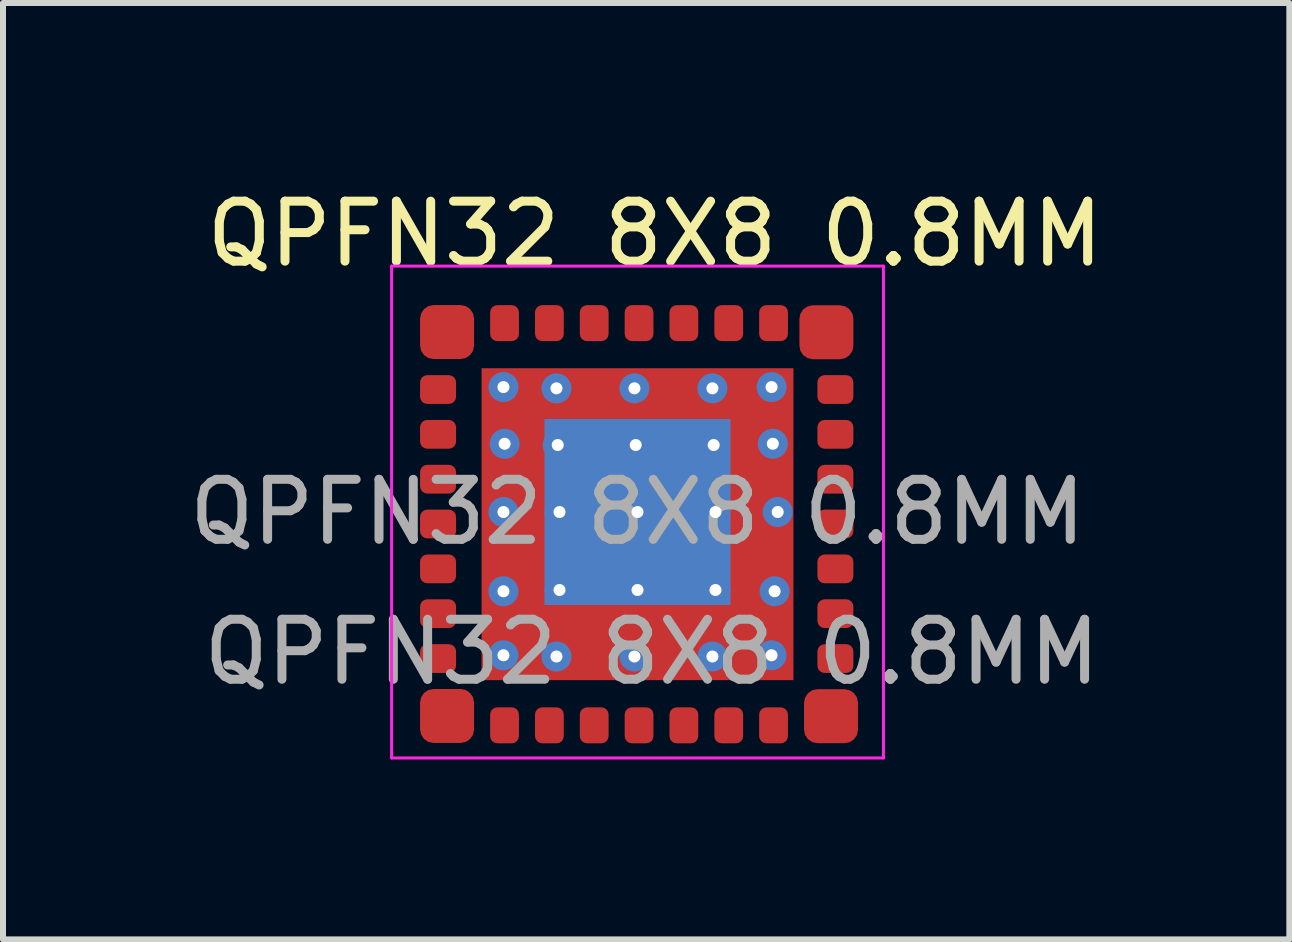
<source format=kicad_pcb>
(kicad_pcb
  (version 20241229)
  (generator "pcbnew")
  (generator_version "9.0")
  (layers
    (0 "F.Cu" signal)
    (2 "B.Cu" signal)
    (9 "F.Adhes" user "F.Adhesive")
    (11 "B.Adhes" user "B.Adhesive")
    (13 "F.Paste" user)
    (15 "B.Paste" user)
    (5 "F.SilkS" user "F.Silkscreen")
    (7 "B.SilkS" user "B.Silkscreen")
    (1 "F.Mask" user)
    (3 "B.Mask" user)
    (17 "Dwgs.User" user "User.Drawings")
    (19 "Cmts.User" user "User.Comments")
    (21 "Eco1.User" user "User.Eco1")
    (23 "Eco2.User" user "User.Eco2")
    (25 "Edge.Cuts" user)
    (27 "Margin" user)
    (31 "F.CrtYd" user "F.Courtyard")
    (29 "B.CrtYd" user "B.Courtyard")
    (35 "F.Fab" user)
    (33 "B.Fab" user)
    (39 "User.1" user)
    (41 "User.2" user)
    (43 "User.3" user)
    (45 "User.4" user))
  (footprint "QPFN32 8X8 0.8MM"
    (layer "F.Cu")
    (at 7.817 5.319)
    (property "Reference" "QPFN32 8X8 0.8MM" (at 0.051 -4.47 0) (unlocked yes) (layer "F.SilkS") (effects (font (size 1 1) (thickness 0.15))))
    (attr smd)
    (fp_line (start -4.339 -3.933) (end -4.339 4.267) (stroke (width 0.05) (type solid)) (layer "F.CrtYd"))
    (fp_line (start -4.339 4.267) (end 3.861 4.267) (stroke (width 0.05) (type solid)) (layer "F.CrtYd"))
    (fp_line (start 3.861 -3.933) (end -4.339 -3.933) (stroke (width 0.05) (type solid)) (layer "F.CrtYd"))
    (fp_line (start 3.861 4.267) (end 3.861 -3.933) (stroke (width 0.05) (type solid)) (layer "F.CrtYd"))
    (fp_text user "${REFERENCE}" (at 0 2.5 0) (unlocked yes) (layer "F.Fab") (effects (font (size 1 1) (thickness 0.15))))
    (fp_text user "${REFERENCE}" (at -0.239 0.167 0) (layer "F.Fab") (effects (font (size 1 1) (thickness 0.15))))
    (pad "" smd roundrect (at -1.014 -0.608) (size 1.34 1.34) (layers "F.Paste") (roundrect_rratio 0.187))
    (pad "" smd roundrect (at -1.014 0.942) (size 1.34 1.34) (layers "F.Paste") (roundrect_rratio 0.187))
    (pad "" smd roundrect (at 0.536 -0.608) (size 1.34 1.34) (layers "F.Paste") (roundrect_rratio 0.187))
    (pad "" smd roundrect (at 0.536 0.942) (size 1.34 1.34) (layers "F.Paste") (roundrect_rratio 0.187))
    (pad "1" smd roundrect (at -3.414 -2.833) (size 0.9 0.9) (layers "*.Paste" "F.Cu" "F.Mask") (roundrect_rratio 0.25))
    (pad "2" smd roundrect (at -3.564 -1.875) (size 0.6 0.48) (layers "F.Cu" "F.Mask" "F.Paste") (roundrect_rratio 0.25))
    (pad "3" smd roundrect (at -3.564 -1.128) (size 0.6 0.48) (layers "F.Cu" "F.Mask" "F.Paste") (roundrect_rratio 0.25))
    (pad "4" smd roundrect (at -3.564 -0.38) (size 0.6 0.48) (layers "F.Cu" "F.Mask" "F.Paste") (roundrect_rratio 0.25))
    (pad "5" smd roundrect (at -3.564 0.367) (size 0.6 0.48) (layers "F.Cu" "F.Mask" "F.Paste") (roundrect_rratio 0.25))
    (pad "6" smd roundrect (at -3.564 1.115) (size 0.6 0.48) (layers "F.Cu" "F.Mask" "F.Paste") (roundrect_rratio 0.25))
    (pad "7" smd roundrect (at -3.564 1.862) (size 0.6 0.48) (layers "F.Cu" "F.Mask" "F.Paste") (roundrect_rratio 0.25))
    (pad "8" smd roundrect (at -3.564 2.61) (size 0.6 0.48) (layers "F.Cu" "F.Mask" "F.Paste") (roundrect_rratio 0.25))
    (pad "9" smd roundrect (at -3.414 3.567) (size 0.9 0.9) (layers "*.Paste" "F.Cu" "F.Mask") (roundrect_rratio 0.25))
    (pad "10" smd roundrect (at -2.456 3.723 90) (size 0.6 0.48) (layers "F.Cu" "F.Mask" "F.Paste") (roundrect_rratio 0.25))
    (pad "11" smd roundrect (at -1.708 3.723 90) (size 0.6 0.48) (layers "F.Cu" "F.Mask" "F.Paste") (roundrect_rratio 0.25))
    (pad "12" smd roundrect (at -0.961 3.723 90) (size 0.6 0.48) (layers "F.Cu" "F.Mask" "F.Paste") (roundrect_rratio 0.25))
    (pad "13" smd roundrect (at -0.213 3.723 90) (size 0.6 0.48) (layers "F.Cu" "F.Mask" "F.Paste") (roundrect_rratio 0.25))
    (pad "14" smd roundrect (at 0.534 3.723 90) (size 0.6 0.48) (layers "F.Cu" "F.Mask" "F.Paste") (roundrect_rratio 0.25))
    (pad "15" smd roundrect (at 1.282 3.723 90) (size 0.6 0.48) (layers "F.Cu" "F.Mask" "F.Paste") (roundrect_rratio 0.25))
    (pad "16" smd roundrect (at 2.029 3.723 90) (size 0.6 0.48) (layers "F.Cu" "F.Mask" "F.Paste") (roundrect_rratio 0.25))
    (pad "17" smd rect (at -0.239 0.167) (size 3.1 3.1) (layers "B.Cu"))
    (pad "17" smd roundrect (at 2.987 3.571 90) (size 0.9 0.9) (layers "*.Paste" "F.Cu" "F.Mask") (roundrect_rratio 0.25))
    (pad "18" smd roundrect (at 3.06 2.61 180) (size 0.6 0.48) (layers "F.Cu" "F.Mask" "F.Paste") (roundrect_rratio 0.25))
    (pad "19" smd roundrect (at 3.06 1.862 180) (size 0.6 0.48) (layers "F.Cu" "F.Mask" "F.Paste") (roundrect_rratio 0.25))
    (pad "20" smd roundrect (at 3.06 1.115 180) (size 0.6 0.48) (layers "F.Cu" "F.Mask" "F.Paste") (roundrect_rratio 0.25))
    (pad "21" smd roundrect (at 3.06 0.367 180) (size 0.6 0.48) (layers "F.Cu" "F.Mask" "F.Paste") (roundrect_rratio 0.25))
    (pad "22" smd roundrect (at 3.06 -0.38 180) (size 0.6 0.48) (layers "F.Cu" "F.Mask" "F.Paste") (roundrect_rratio 0.25))
    (pad "23" smd roundrect (at 3.06 -1.128 180) (size 0.6 0.48) (layers "F.Cu" "F.Mask" "F.Paste") (roundrect_rratio 0.25))
    (pad "24" smd roundrect (at 3.06 -1.875 180) (size 0.6 0.48) (layers "F.Cu" "F.Mask" "F.Paste") (roundrect_rratio 0.25))
    (pad "25" smd roundrect (at 2.91 -2.83 180) (size 0.9 0.9) (layers "*.Paste" "F.Cu" "F.Mask") (roundrect_rratio 0.25))
    (pad "26" smd roundrect (at 2.029 -2.982 270) (size 0.6 0.48) (layers "F.Cu" "F.Mask" "F.Paste") (roundrect_rratio 0.25))
    (pad "27" smd roundrect (at 1.282 -2.982 270) (size 0.6 0.48) (layers "F.Cu" "F.Mask" "F.Paste") (roundrect_rratio 0.25))
    (pad "28" smd roundrect (at 0.534 -2.982 270) (size 0.6 0.48) (layers "F.Cu" "F.Mask" "F.Paste") (roundrect_rratio 0.25))
    (pad "29" smd roundrect (at -0.213 -2.982 270) (size 0.6 0.48) (layers "F.Cu" "F.Mask" "F.Paste") (roundrect_rratio 0.25))
    (pad "30" smd roundrect (at -0.961 -2.982 270) (size 0.6 0.48) (layers "F.Cu" "F.Mask" "F.Paste") (roundrect_rratio 0.25))
    (pad "31" smd roundrect (at -1.708 -2.982 270) (size 0.6 0.48) (layers "F.Cu" "F.Mask" "F.Paste") (roundrect_rratio 0.25))
    (pad "32" smd roundrect (at -2.456 -2.982 270) (size 0.6 0.48) (layers "F.Cu" "F.Mask" "F.Paste") (roundrect_rratio 0.25))
    (pad "33" thru_hole circle (at -2.474 -1.916) (size 0.5 0.5) (drill 0.2) (layers "*.Cu"))
    (pad "33" thru_hole circle (at -2.474 0.167) (size 0.5 0.5) (drill 0.2) (layers "*.Cu"))
    (pad "33" thru_hole circle (at -2.474 1.488) (size 0.5 0.5) (drill 0.2) (layers "*.Cu"))
    (pad "33" thru_hole circle (at -2.474 2.555) (size 0.5 0.5) (drill 0.2) (layers "*.Cu"))
    (pad "33" thru_hole circle (at -2.454 -0.971) (size 0.5 0.5) (drill 0.2) (layers "*.Cu"))
    (pad "33" thru_hole circle (at -1.59 -1.895) (size 0.5 0.5) (drill 0.2) (layers "*.Cu"))
    (pad "33" thru_hole circle (at -1.59 2.576) (size 0.5 0.5) (drill 0.2) (layers "*.Cu"))
    (pad "33" thru_hole circle (at -1.569 -0.95) (size 0.5 0.5) (drill 0.2) (layers "*.Cu"))
    (pad "33" thru_hole circle (at -1.539 0.167) (size 0.5 0.5) (drill 0.2) (layers "*.Cu"))
    (pad "33" thru_hole circle (at -1.539 1.467) (size 0.5 0.5) (drill 0.2) (layers "*.Cu"))
    (pad "33" thru_hole circle (at -0.29 -1.895) (size 0.5 0.5) (drill 0.2) (layers "*.Cu"))
    (pad "33" thru_hole circle (at -0.29 2.576) (size 0.5 0.5) (drill 0.2) (layers "*.Cu"))
    (pad "33" thru_hole circle (at -0.269 -0.95) (size 0.5 0.5) (drill 0.2) (layers "*.Cu"))
    (pad "33" thru_hole circle (at -0.239 0.167) (size 0.5 0.5) (drill 0.2) (layers "*.Cu"))
    (pad "33" smd rect (at -0.239 0.37) (size 5.2 5.2) (layers "F.Cu" "F.Mask"))
    (pad "33" thru_hole circle (at -0.239 1.467) (size 0.5 0.5) (drill 0.2) (layers "*.Cu"))
    (pad "33" thru_hole circle (at 1.01 -1.895) (size 0.5 0.5) (drill 0.2) (layers "*.Cu"))
    (pad "33" thru_hole circle (at 1.01 2.576) (size 0.5 0.5) (drill 0.2) (layers "*.Cu"))
    (pad "33" thru_hole circle (at 1.031 -0.95) (size 0.5 0.5) (drill 0.2) (layers "*.Cu"))
    (pad "33" thru_hole circle (at 1.061 0.167) (size 0.5 0.5) (drill 0.2) (layers "*.Cu"))
    (pad "33" thru_hole circle (at 1.061 1.467) (size 0.5 0.5) (drill 0.2) (layers "*.Cu"))
    (pad "33" thru_hole circle (at 1.996 -1.916) (size 0.5 0.5) (drill 0.2) (layers "*.Cu"))
    (pad "33" thru_hole circle (at 1.996 2.555) (size 0.5 0.5) (drill 0.2) (layers "*.Cu"))
    (pad "33" thru_hole circle (at 2.017 -0.971) (size 0.5 0.5) (drill 0.2) (layers "*.Cu"))
    (pad "33" thru_hole circle (at 2.047 1.488) (size 0.5 0.5) (drill 0.2) (layers "*.Cu"))
    (pad "33" thru_hole circle (at 2.098 0.167) (size 0.5 0.5) (drill 0.2) (layers "*.Cu")))
  (gr_rect
    (start -3 -3)
    (end 18.445 12.611)
    (stroke (width 0.1) (type default))
    (fill no)
    (layer "Edge.Cuts")))
</source>
